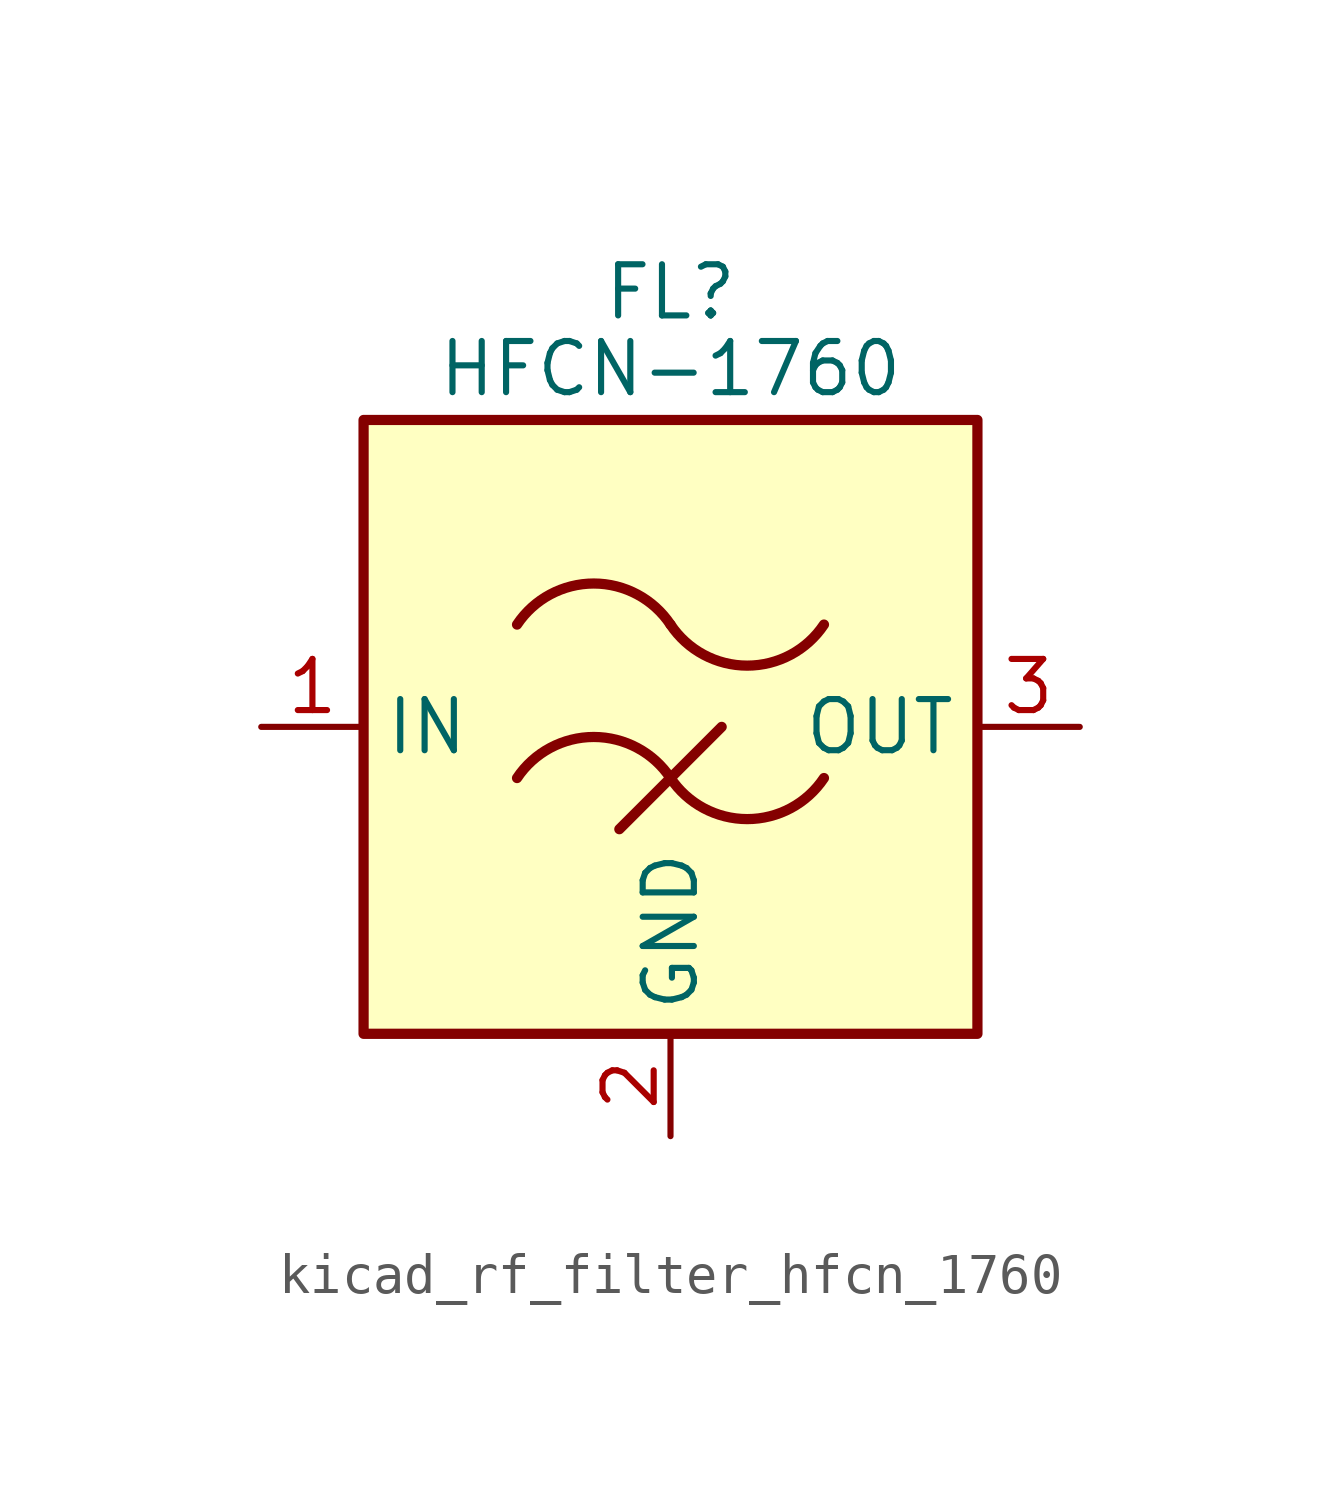
<source format=kicad_sym>
(kicad_symbol_lib
  (version 20220914)
  (generator kicad_symbol_editor)
  (symbol "kicad_rf_filter_hfcn_1760"
    (property "Reference" "FL"
      (at 0 10.795 0)
      (effects (font (size 1.27 1.27))))
    (property "Value" "HFCN-1760"
      (at 0 8.89 0)
      (effects (font (size 1.27 1.27))))
    (symbol "kicad_rf_filter_hfcn_1760_0_1"
      (rectangle (start -7.62 7.62) (end 7.62 -7.62) (stroke (width 0.254) (type default)) (fill (type background)))
      (arc (start 0 -1.27) (mid -1.905 -0.2505) (end -3.81 -1.27) (stroke (width 0.254) (type default)) (fill (type none)))
      (arc (start 0 -1.27) (mid 1.905 -2.2895) (end 3.81 -1.27) (stroke (width 0.254) (type default)) (fill (type none)))
      (polyline (pts (xy -1.27 -2.54) (xy 1.27 0)) (stroke (width 0.254) (type default)) (fill (type none)))
      (arc (start 0 2.54) (mid -1.905 3.5595) (end -3.81 2.54) (stroke (width 0.254) (type default)) (fill (type none)))
      (arc (start 0 2.54) (mid 1.905 1.5205) (end 3.81 2.54) (stroke (width 0.254) (type default)) (fill (type none))))
    (symbol "kicad_rf_filter_hfcn_1760_1_1"
      (pin passive line (at -10.16 0 0) (length 2.54) (name "IN" (effects (font (size 1.27 1.27)))) (number "1" (effects (font (size 1.27 1.27)))))
      (pin passive line (at 0 -10.16 90) (length 2.54) (name "GND" (effects (font (size 1.27 1.27)))) (number "2" (effects (font (size 1.27 1.27)))))
      (pin passive line (at 10.16 0 180) (length 2.54) (name "OUT" (effects (font (size 1.27 1.27)))) (number "3" (effects (font (size 1.27 1.27)))))
      (pin passive line (at 0 -10.16 90) (length 2.54) hide (name "GND" (effects (font (size 1.27 1.27)))) (number "4" (effects (font (size 1.27 1.27))))))))
</source>
